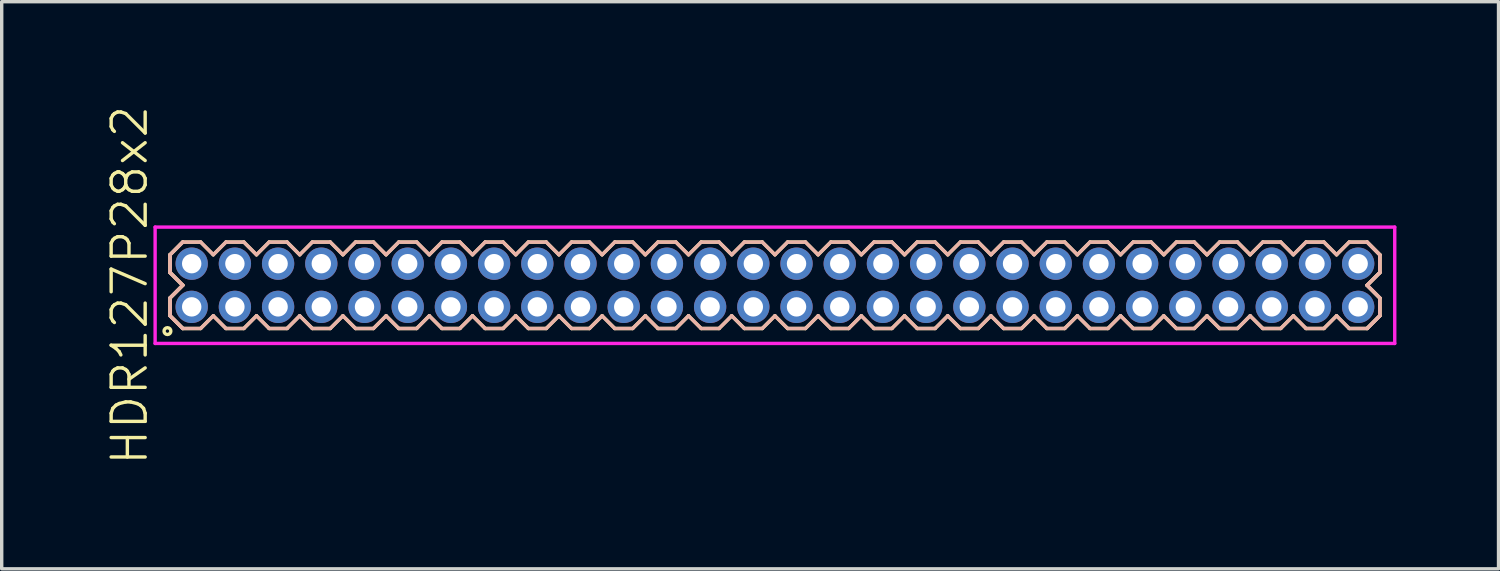
<source format=kicad_pcb>
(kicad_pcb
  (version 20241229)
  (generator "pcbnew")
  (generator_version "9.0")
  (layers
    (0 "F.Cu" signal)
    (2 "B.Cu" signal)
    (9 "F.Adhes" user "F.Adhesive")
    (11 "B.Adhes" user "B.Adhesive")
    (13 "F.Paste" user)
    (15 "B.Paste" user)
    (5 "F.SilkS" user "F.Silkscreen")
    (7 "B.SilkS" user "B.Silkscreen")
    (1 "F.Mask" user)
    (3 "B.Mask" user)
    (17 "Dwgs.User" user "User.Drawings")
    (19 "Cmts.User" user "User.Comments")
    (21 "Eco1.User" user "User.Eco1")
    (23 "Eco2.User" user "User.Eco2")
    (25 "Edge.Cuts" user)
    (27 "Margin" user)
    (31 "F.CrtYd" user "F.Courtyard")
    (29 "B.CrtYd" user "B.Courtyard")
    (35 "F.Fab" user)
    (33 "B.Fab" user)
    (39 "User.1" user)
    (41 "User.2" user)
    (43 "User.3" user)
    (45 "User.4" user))
  (footprint "HDR127P28x2"
    (layer "F.Cu")
    (at 19.73 5.336)
    (property "Reference" "HDR127P28x2" (at -18.97 0 90) (layer "F.SilkS") (effects (font (size 1 1) (thickness 0.1))))
    (attr through_hole)
    (fp_line (start -17.78 -0.898) (end -17.408 -1.27) (stroke (width 0.1) (type solid)) (layer "F.SilkS"))
    (fp_line (start -17.78 -0.898) (end -17.408 -1.27) (stroke (width 0.1) (type solid)) (layer "F.SilkS"))
    (fp_line (start -17.78 -0.372) (end -17.78 -0.898) (stroke (width 0.1) (type solid)) (layer "F.SilkS"))
    (fp_line (start -17.78 -0.372) (end -17.78 -0.898) (stroke (width 0.1) (type solid)) (layer "F.SilkS"))
    (fp_line (start -17.78 0.372) (end -17.408 0) (stroke (width 0.1) (type solid)) (layer "F.SilkS"))
    (fp_line (start -17.78 0.372) (end -17.408 0) (stroke (width 0.1) (type solid)) (layer "F.SilkS"))
    (fp_line (start -17.78 0.898) (end -17.78 0.372) (stroke (width 0.1) (type solid)) (layer "F.SilkS"))
    (fp_line (start -17.78 0.898) (end -17.78 0.372) (stroke (width 0.1) (type solid)) (layer "F.SilkS"))
    (fp_line (start -17.408 -1.27) (end -16.882 -1.27) (stroke (width 0.1) (type solid)) (layer "F.SilkS"))
    (fp_line (start -17.408 0) (end -17.78 -0.372) (stroke (width 0.1) (type solid)) (layer "F.SilkS"))
    (fp_line (start -17.408 0) (end -17.78 -0.372) (stroke (width 0.1) (type solid)) (layer "F.SilkS"))
    (fp_line (start -17.408 1.27) (end -17.78 0.898) (stroke (width 0.1) (type solid)) (layer "F.SilkS"))
    (fp_line (start -17.408 1.27) (end -17.78 0.898) (stroke (width 0.1) (type solid)) (layer "F.SilkS"))
    (fp_line (start -16.882 -1.27) (end -16.51 -0.898) (stroke (width 0.1) (type solid)) (layer "F.SilkS"))
    (fp_line (start -16.882 1.27) (end -17.408 1.27) (stroke (width 0.1) (type solid)) (layer "F.SilkS"))
    (fp_line (start -16.51 -0.898) (end -16.138 -1.27) (stroke (width 0.1) (type solid)) (layer "F.SilkS"))
    (fp_line (start -16.51 0.898) (end -16.882 1.27) (stroke (width 0.1) (type solid)) (layer "F.SilkS"))
    (fp_line (start -16.138 -1.27) (end -15.612 -1.27) (stroke (width 0.1) (type solid)) (layer "F.SilkS"))
    (fp_line (start -16.138 1.27) (end -16.51 0.898) (stroke (width 0.1) (type solid)) (layer "F.SilkS"))
    (fp_line (start -15.612 -1.27) (end -15.24 -0.898) (stroke (width 0.1) (type solid)) (layer "F.SilkS"))
    (fp_line (start -15.612 1.27) (end -16.138 1.27) (stroke (width 0.1) (type solid)) (layer "F.SilkS"))
    (fp_line (start -15.24 -0.898) (end -14.868 -1.27) (stroke (width 0.1) (type solid)) (layer "F.SilkS"))
    (fp_line (start -15.24 0.898) (end -15.612 1.27) (stroke (width 0.1) (type solid)) (layer "F.SilkS"))
    (fp_line (start -14.868 -1.27) (end -14.342 -1.27) (stroke (width 0.1) (type solid)) (layer "F.SilkS"))
    (fp_line (start -14.868 1.27) (end -15.24 0.898) (stroke (width 0.1) (type solid)) (layer "F.SilkS"))
    (fp_line (start -14.342 -1.27) (end -13.97 -0.898) (stroke (width 0.1) (type solid)) (layer "F.SilkS"))
    (fp_line (start -14.342 1.27) (end -14.868 1.27) (stroke (width 0.1) (type solid)) (layer "F.SilkS"))
    (fp_line (start -13.97 -0.898) (end -13.598 -1.27) (stroke (width 0.1) (type solid)) (layer "F.SilkS"))
    (fp_line (start -13.97 0.898) (end -14.342 1.27) (stroke (width 0.1) (type solid)) (layer "F.SilkS"))
    (fp_line (start -13.598 -1.27) (end -13.072 -1.27) (stroke (width 0.1) (type solid)) (layer "F.SilkS"))
    (fp_line (start -13.598 1.27) (end -13.97 0.898) (stroke (width 0.1) (type solid)) (layer "F.SilkS"))
    (fp_line (start -13.072 -1.27) (end -12.7 -0.898) (stroke (width 0.1) (type solid)) (layer "F.SilkS"))
    (fp_line (start -13.072 1.27) (end -13.598 1.27) (stroke (width 0.1) (type solid)) (layer "F.SilkS"))
    (fp_line (start -12.7 -0.898) (end -12.328 -1.27) (stroke (width 0.1) (type solid)) (layer "F.SilkS"))
    (fp_line (start -12.7 0.898) (end -13.072 1.27) (stroke (width 0.1) (type solid)) (layer "F.SilkS"))
    (fp_line (start -12.328 -1.27) (end -11.802 -1.27) (stroke (width 0.1) (type solid)) (layer "F.SilkS"))
    (fp_line (start -12.328 1.27) (end -12.7 0.898) (stroke (width 0.1) (type solid)) (layer "F.SilkS"))
    (fp_line (start -11.802 -1.27) (end -11.43 -0.898) (stroke (width 0.1) (type solid)) (layer "F.SilkS"))
    (fp_line (start -11.802 1.27) (end -12.328 1.27) (stroke (width 0.1) (type solid)) (layer "F.SilkS"))
    (fp_line (start -11.43 -0.898) (end -11.058 -1.27) (stroke (width 0.1) (type solid)) (layer "F.SilkS"))
    (fp_line (start -11.43 0.898) (end -11.802 1.27) (stroke (width 0.1) (type solid)) (layer "F.SilkS"))
    (fp_line (start -11.058 -1.27) (end -10.532 -1.27) (stroke (width 0.1) (type solid)) (layer "F.SilkS"))
    (fp_line (start -11.058 1.27) (end -11.43 0.898) (stroke (width 0.1) (type solid)) (layer "F.SilkS"))
    (fp_line (start -10.532 -1.27) (end -10.16 -0.898) (stroke (width 0.1) (type solid)) (layer "F.SilkS"))
    (fp_line (start -10.532 1.27) (end -11.058 1.27) (stroke (width 0.1) (type solid)) (layer "F.SilkS"))
    (fp_line (start -10.16 -0.898) (end -9.788 -1.27) (stroke (width 0.1) (type solid)) (layer "F.SilkS"))
    (fp_line (start -10.16 0.898) (end -10.532 1.27) (stroke (width 0.1) (type solid)) (layer "F.SilkS"))
    (fp_line (start -9.788 -1.27) (end -9.262 -1.27) (stroke (width 0.1) (type solid)) (layer "F.SilkS"))
    (fp_line (start -9.788 1.27) (end -10.16 0.898) (stroke (width 0.1) (type solid)) (layer "F.SilkS"))
    (fp_line (start -9.262 -1.27) (end -8.89 -0.898) (stroke (width 0.1) (type solid)) (layer "F.SilkS"))
    (fp_line (start -9.262 1.27) (end -9.788 1.27) (stroke (width 0.1) (type solid)) (layer "F.SilkS"))
    (fp_line (start -8.89 -0.898) (end -8.518 -1.27) (stroke (width 0.1) (type solid)) (layer "F.SilkS"))
    (fp_line (start -8.89 0.898) (end -9.262 1.27) (stroke (width 0.1) (type solid)) (layer "F.SilkS"))
    (fp_line (start -8.518 -1.27) (end -7.992 -1.27) (stroke (width 0.1) (type solid)) (layer "F.SilkS"))
    (fp_line (start -8.518 1.27) (end -8.89 0.898) (stroke (width 0.1) (type solid)) (layer "F.SilkS"))
    (fp_line (start -7.992 -1.27) (end -7.62 -0.898) (stroke (width 0.1) (type solid)) (layer "F.SilkS"))
    (fp_line (start -7.992 1.27) (end -8.518 1.27) (stroke (width 0.1) (type solid)) (layer "F.SilkS"))
    (fp_line (start -7.62 -0.898) (end -7.248 -1.27) (stroke (width 0.1) (type solid)) (layer "F.SilkS"))
    (fp_line (start -7.62 0.898) (end -7.992 1.27) (stroke (width 0.1) (type solid)) (layer "F.SilkS"))
    (fp_line (start -7.248 -1.27) (end -6.722 -1.27) (stroke (width 0.1) (type solid)) (layer "F.SilkS"))
    (fp_line (start -7.248 1.27) (end -7.62 0.898) (stroke (width 0.1) (type solid)) (layer "F.SilkS"))
    (fp_line (start -6.722 -1.27) (end -6.35 -0.898) (stroke (width 0.1) (type solid)) (layer "F.SilkS"))
    (fp_line (start -6.722 1.27) (end -7.248 1.27) (stroke (width 0.1) (type solid)) (layer "F.SilkS"))
    (fp_line (start -6.35 -0.898) (end -5.978 -1.27) (stroke (width 0.1) (type solid)) (layer "F.SilkS"))
    (fp_line (start -6.35 0.898) (end -6.722 1.27) (stroke (width 0.1) (type solid)) (layer "F.SilkS"))
    (fp_line (start -5.978 -1.27) (end -5.452 -1.27) (stroke (width 0.1) (type solid)) (layer "F.SilkS"))
    (fp_line (start -5.978 1.27) (end -6.35 0.898) (stroke (width 0.1) (type solid)) (layer "F.SilkS"))
    (fp_line (start -5.452 -1.27) (end -5.08 -0.898) (stroke (width 0.1) (type solid)) (layer "F.SilkS"))
    (fp_line (start -5.452 1.27) (end -5.978 1.27) (stroke (width 0.1) (type solid)) (layer "F.SilkS"))
    (fp_line (start -5.08 -0.898) (end -4.708 -1.27) (stroke (width 0.1) (type solid)) (layer "F.SilkS"))
    (fp_line (start -5.08 0.898) (end -5.452 1.27) (stroke (width 0.1) (type solid)) (layer "F.SilkS"))
    (fp_line (start -4.708 -1.27) (end -4.182 -1.27) (stroke (width 0.1) (type solid)) (layer "F.SilkS"))
    (fp_line (start -4.708 1.27) (end -5.08 0.898) (stroke (width 0.1) (type solid)) (layer "F.SilkS"))
    (fp_line (start -4.182 -1.27) (end -3.81 -0.898) (stroke (width 0.1) (type solid)) (layer "F.SilkS"))
    (fp_line (start -4.182 1.27) (end -4.708 1.27) (stroke (width 0.1) (type solid)) (layer "F.SilkS"))
    (fp_line (start -3.81 -0.898) (end -3.438 -1.27) (stroke (width 0.1) (type solid)) (layer "F.SilkS"))
    (fp_line (start -3.81 0.898) (end -4.182 1.27) (stroke (width 0.1) (type solid)) (layer "F.SilkS"))
    (fp_line (start -3.438 -1.27) (end -2.912 -1.27) (stroke (width 0.1) (type solid)) (layer "F.SilkS"))
    (fp_line (start -3.438 1.27) (end -3.81 0.898) (stroke (width 0.1) (type solid)) (layer "F.SilkS"))
    (fp_line (start -2.912 -1.27) (end -2.54 -0.898) (stroke (width 0.1) (type solid)) (layer "F.SilkS"))
    (fp_line (start -2.912 1.27) (end -3.438 1.27) (stroke (width 0.1) (type solid)) (layer "F.SilkS"))
    (fp_line (start -2.54 -0.898) (end -2.168 -1.27) (stroke (width 0.1) (type solid)) (layer "F.SilkS"))
    (fp_line (start -2.54 0.898) (end -2.912 1.27) (stroke (width 0.1) (type solid)) (layer "F.SilkS"))
    (fp_line (start -2.168 -1.27) (end -1.642 -1.27) (stroke (width 0.1) (type solid)) (layer "F.SilkS"))
    (fp_line (start -2.168 1.27) (end -2.54 0.898) (stroke (width 0.1) (type solid)) (layer "F.SilkS"))
    (fp_line (start -1.642 -1.27) (end -1.27 -0.898) (stroke (width 0.1) (type solid)) (layer "F.SilkS"))
    (fp_line (start -1.642 1.27) (end -2.168 1.27) (stroke (width 0.1) (type solid)) (layer "F.SilkS"))
    (fp_line (start -1.27 -0.898) (end -0.898 -1.27) (stroke (width 0.1) (type solid)) (layer "F.SilkS"))
    (fp_line (start -1.27 0.898) (end -1.642 1.27) (stroke (width 0.1) (type solid)) (layer "F.SilkS"))
    (fp_line (start -0.898 -1.27) (end -0.372 -1.27) (stroke (width 0.1) (type solid)) (layer "F.SilkS"))
    (fp_line (start -0.898 1.27) (end -1.27 0.898) (stroke (width 0.1) (type solid)) (layer "F.SilkS"))
    (fp_line (start -0.372 -1.27) (end 0 -0.898) (stroke (width 0.1) (type solid)) (layer "F.SilkS"))
    (fp_line (start -0.372 1.27) (end -0.898 1.27) (stroke (width 0.1) (type solid)) (layer "F.SilkS"))
    (fp_line (start 0 -0.898) (end 0.372 -1.27) (stroke (width 0.1) (type solid)) (layer "F.SilkS"))
    (fp_line (start 0 0.898) (end -0.372 1.27) (stroke (width 0.1) (type solid)) (layer "F.SilkS"))
    (fp_line (start 0.372 -1.27) (end 0.898 -1.27) (stroke (width 0.1) (type solid)) (layer "F.SilkS"))
    (fp_line (start 0.372 1.27) (end 0 0.898) (stroke (width 0.1) (type solid)) (layer "F.SilkS"))
    (fp_line (start 0.898 -1.27) (end 1.27 -0.898) (stroke (width 0.1) (type solid)) (layer "F.SilkS"))
    (fp_line (start 0.898 1.27) (end 0.372 1.27) (stroke (width 0.1) (type solid)) (layer "F.SilkS"))
    (fp_line (start 1.27 -0.898) (end 1.642 -1.27) (stroke (width 0.1) (type solid)) (layer "F.SilkS"))
    (fp_line (start 1.27 0.898) (end 0.898 1.27) (stroke (width 0.1) (type solid)) (layer "F.SilkS"))
    (fp_line (start 1.642 -1.27) (end 2.168 -1.27) (stroke (width 0.1) (type solid)) (layer "F.SilkS"))
    (fp_line (start 1.642 1.27) (end 1.27 0.898) (stroke (width 0.1) (type solid)) (layer "F.SilkS"))
    (fp_line (start 2.168 -1.27) (end 2.54 -0.898) (stroke (width 0.1) (type solid)) (layer "F.SilkS"))
    (fp_line (start 2.168 1.27) (end 1.642 1.27) (stroke (width 0.1) (type solid)) (layer "F.SilkS"))
    (fp_line (start 2.54 -0.898) (end 2.912 -1.27) (stroke (width 0.1) (type solid)) (layer "F.SilkS"))
    (fp_line (start 2.54 0.898) (end 2.168 1.27) (stroke (width 0.1) (type solid)) (layer "F.SilkS"))
    (fp_line (start 2.912 -1.27) (end 3.438 -1.27) (stroke (width 0.1) (type solid)) (layer "F.SilkS"))
    (fp_line (start 2.912 1.27) (end 2.54 0.898) (stroke (width 0.1) (type solid)) (layer "F.SilkS"))
    (fp_line (start 3.438 -1.27) (end 3.81 -0.898) (stroke (width 0.1) (type solid)) (layer "F.SilkS"))
    (fp_line (start 3.438 1.27) (end 2.912 1.27) (stroke (width 0.1) (type solid)) (layer "F.SilkS"))
    (fp_line (start 3.81 -0.898) (end 4.182 -1.27) (stroke (width 0.1) (type solid)) (layer "F.SilkS"))
    (fp_line (start 3.81 0.898) (end 3.438 1.27) (stroke (width 0.1) (type solid)) (layer "F.SilkS"))
    (fp_line (start 4.182 -1.27) (end 4.708 -1.27) (stroke (width 0.1) (type solid)) (layer "F.SilkS"))
    (fp_line (start 4.182 1.27) (end 3.81 0.898) (stroke (width 0.1) (type solid)) (layer "F.SilkS"))
    (fp_line (start 4.708 -1.27) (end 5.08 -0.898) (stroke (width 0.1) (type solid)) (layer "F.SilkS"))
    (fp_line (start 4.708 1.27) (end 4.182 1.27) (stroke (width 0.1) (type solid)) (layer "F.SilkS"))
    (fp_line (start 5.08 -0.898) (end 5.452 -1.27) (stroke (width 0.1) (type solid)) (layer "F.SilkS"))
    (fp_line (start 5.08 0.898) (end 4.708 1.27) (stroke (width 0.1) (type solid)) (layer "F.SilkS"))
    (fp_line (start 5.452 -1.27) (end 5.978 -1.27) (stroke (width 0.1) (type solid)) (layer "F.SilkS"))
    (fp_line (start 5.452 1.27) (end 5.08 0.898) (stroke (width 0.1) (type solid)) (layer "F.SilkS"))
    (fp_line (start 5.978 -1.27) (end 6.35 -0.898) (stroke (width 0.1) (type solid)) (layer "F.SilkS"))
    (fp_line (start 5.978 1.27) (end 5.452 1.27) (stroke (width 0.1) (type solid)) (layer "F.SilkS"))
    (fp_line (start 6.35 -0.898) (end 6.722 -1.27) (stroke (width 0.1) (type solid)) (layer "F.SilkS"))
    (fp_line (start 6.35 0.898) (end 5.978 1.27) (stroke (width 0.1) (type solid)) (layer "F.SilkS"))
    (fp_line (start 6.722 -1.27) (end 7.248 -1.27) (stroke (width 0.1) (type solid)) (layer "F.SilkS"))
    (fp_line (start 6.722 1.27) (end 6.35 0.898) (stroke (width 0.1) (type solid)) (layer "F.SilkS"))
    (fp_line (start 7.248 -1.27) (end 7.62 -0.898) (stroke (width 0.1) (type solid)) (layer "F.SilkS"))
    (fp_line (start 7.248 1.27) (end 6.722 1.27) (stroke (width 0.1) (type solid)) (layer "F.SilkS"))
    (fp_line (start 7.62 -0.898) (end 7.992 -1.27) (stroke (width 0.1) (type solid)) (layer "F.SilkS"))
    (fp_line (start 7.62 0.898) (end 7.248 1.27) (stroke (width 0.1) (type solid)) (layer "F.SilkS"))
    (fp_line (start 7.992 -1.27) (end 8.518 -1.27) (stroke (width 0.1) (type solid)) (layer "F.SilkS"))
    (fp_line (start 7.992 1.27) (end 7.62 0.898) (stroke (width 0.1) (type solid)) (layer "F.SilkS"))
    (fp_line (start 8.518 -1.27) (end 8.89 -0.898) (stroke (width 0.1) (type solid)) (layer "F.SilkS"))
    (fp_line (start 8.518 1.27) (end 7.992 1.27) (stroke (width 0.1) (type solid)) (layer "F.SilkS"))
    (fp_line (start 8.89 -0.898) (end 9.262 -1.27) (stroke (width 0.1) (type solid)) (layer "F.SilkS"))
    (fp_line (start 8.89 0.898) (end 8.518 1.27) (stroke (width 0.1) (type solid)) (layer "F.SilkS"))
    (fp_line (start 9.262 -1.27) (end 9.788 -1.27) (stroke (width 0.1) (type solid)) (layer "F.SilkS"))
    (fp_line (start 9.262 1.27) (end 8.89 0.898) (stroke (width 0.1) (type solid)) (layer "F.SilkS"))
    (fp_line (start 9.788 -1.27) (end 10.16 -0.898) (stroke (width 0.1) (type solid)) (layer "F.SilkS"))
    (fp_line (start 9.788 1.27) (end 9.262 1.27) (stroke (width 0.1) (type solid)) (layer "F.SilkS"))
    (fp_line (start 10.16 -0.898) (end 10.532 -1.27) (stroke (width 0.1) (type solid)) (layer "F.SilkS"))
    (fp_line (start 10.16 0.898) (end 9.788 1.27) (stroke (width 0.1) (type solid)) (layer "F.SilkS"))
    (fp_line (start 10.532 -1.27) (end 11.058 -1.27) (stroke (width 0.1) (type solid)) (layer "F.SilkS"))
    (fp_line (start 10.532 1.27) (end 10.16 0.898) (stroke (width 0.1) (type solid)) (layer "F.SilkS"))
    (fp_line (start 11.058 -1.27) (end 11.43 -0.898) (stroke (width 0.1) (type solid)) (layer "F.SilkS"))
    (fp_line (start 11.058 1.27) (end 10.532 1.27) (stroke (width 0.1) (type solid)) (layer "F.SilkS"))
    (fp_line (start 11.43 -0.898) (end 11.802 -1.27) (stroke (width 0.1) (type solid)) (layer "F.SilkS"))
    (fp_line (start 11.43 0.898) (end 11.058 1.27) (stroke (width 0.1) (type solid)) (layer "F.SilkS"))
    (fp_line (start 11.802 -1.27) (end 12.328 -1.27) (stroke (width 0.1) (type solid)) (layer "F.SilkS"))
    (fp_line (start 11.802 1.27) (end 11.43 0.898) (stroke (width 0.1) (type solid)) (layer "F.SilkS"))
    (fp_line (start 12.328 -1.27) (end 12.7 -0.898) (stroke (width 0.1) (type solid)) (layer "F.SilkS"))
    (fp_line (start 12.328 1.27) (end 11.802 1.27) (stroke (width 0.1) (type solid)) (layer "F.SilkS"))
    (fp_line (start 12.7 -0.898) (end 13.072 -1.27) (stroke (width 0.1) (type solid)) (layer "F.SilkS"))
    (fp_line (start 12.7 0.898) (end 12.328 1.27) (stroke (width 0.1) (type solid)) (layer "F.SilkS"))
    (fp_line (start 13.072 -1.27) (end 13.598 -1.27) (stroke (width 0.1) (type solid)) (layer "F.SilkS"))
    (fp_line (start 13.072 1.27) (end 12.7 0.898) (stroke (width 0.1) (type solid)) (layer "F.SilkS"))
    (fp_line (start 13.598 -1.27) (end 13.97 -0.898) (stroke (width 0.1) (type solid)) (layer "F.SilkS"))
    (fp_line (start 13.598 1.27) (end 13.072 1.27) (stroke (width 0.1) (type solid)) (layer "F.SilkS"))
    (fp_line (start 13.97 -0.898) (end 14.342 -1.27) (stroke (width 0.1) (type solid)) (layer "F.SilkS"))
    (fp_line (start 13.97 0.898) (end 13.598 1.27) (stroke (width 0.1) (type solid)) (layer "F.SilkS"))
    (fp_line (start 14.342 -1.27) (end 14.868 -1.27) (stroke (width 0.1) (type solid)) (layer "F.SilkS"))
    (fp_line (start 14.342 1.27) (end 13.97 0.898) (stroke (width 0.1) (type solid)) (layer "F.SilkS"))
    (fp_line (start 14.868 -1.27) (end 15.24 -0.898) (stroke (width 0.1) (type solid)) (layer "F.SilkS"))
    (fp_line (start 14.868 1.27) (end 14.342 1.27) (stroke (width 0.1) (type solid)) (layer "F.SilkS"))
    (fp_line (start 15.24 -0.898) (end 15.612 -1.27) (stroke (width 0.1) (type solid)) (layer "F.SilkS"))
    (fp_line (start 15.24 0.898) (end 14.868 1.27) (stroke (width 0.1) (type solid)) (layer "F.SilkS"))
    (fp_line (start 15.612 -1.27) (end 16.138 -1.27) (stroke (width 0.1) (type solid)) (layer "F.SilkS"))
    (fp_line (start 15.612 1.27) (end 15.24 0.898) (stroke (width 0.1) (type solid)) (layer "F.SilkS"))
    (fp_line (start 16.138 -1.27) (end 16.51 -0.898) (stroke (width 0.1) (type solid)) (layer "F.SilkS"))
    (fp_line (start 16.138 1.27) (end 15.612 1.27) (stroke (width 0.1) (type solid)) (layer "F.SilkS"))
    (fp_line (start 16.51 -0.898) (end 16.882 -1.27) (stroke (width 0.1) (type solid)) (layer "F.SilkS"))
    (fp_line (start 16.51 0.898) (end 16.138 1.27) (stroke (width 0.1) (type solid)) (layer "F.SilkS"))
    (fp_line (start 16.882 -1.27) (end 17.408 -1.27) (stroke (width 0.1) (type solid)) (layer "F.SilkS"))
    (fp_line (start 16.882 1.27) (end 16.51 0.898) (stroke (width 0.1) (type solid)) (layer "F.SilkS"))
    (fp_line (start 17.408 -1.27) (end 17.78 -0.898) (stroke (width 0.1) (type solid)) (layer "F.SilkS"))
    (fp_line (start 17.408 -1.27) (end 17.78 -0.898) (stroke (width 0.1) (type solid)) (layer "F.SilkS"))
    (fp_line (start 17.408 0) (end 17.78 0.372) (stroke (width 0.1) (type solid)) (layer "F.SilkS"))
    (fp_line (start 17.408 0) (end 17.78 0.372) (stroke (width 0.1) (type solid)) (layer "F.SilkS"))
    (fp_line (start 17.408 1.27) (end 16.882 1.27) (stroke (width 0.1) (type solid)) (layer "F.SilkS"))
    (fp_line (start 17.78 -0.898) (end 17.78 -0.372) (stroke (width 0.1) (type solid)) (layer "F.SilkS"))
    (fp_line (start 17.78 -0.898) (end 17.78 -0.372) (stroke (width 0.1) (type solid)) (layer "F.SilkS"))
    (fp_line (start 17.78 -0.372) (end 17.408 0) (stroke (width 0.1) (type solid)) (layer "F.SilkS"))
    (fp_line (start 17.78 -0.372) (end 17.408 0) (stroke (width 0.1) (type solid)) (layer "F.SilkS"))
    (fp_line (start 17.78 0.372) (end 17.78 0.898) (stroke (width 0.1) (type solid)) (layer "F.SilkS"))
    (fp_line (start 17.78 0.372) (end 17.78 0.898) (stroke (width 0.1) (type solid)) (layer "F.SilkS"))
    (fp_line (start 17.78 0.898) (end 17.408 1.27) (stroke (width 0.1) (type solid)) (layer "F.SilkS"))
    (fp_line (start 17.78 0.898) (end 17.408 1.27) (stroke (width 0.1) (type solid)) (layer "F.SilkS"))
    (fp_circle (center -17.858 1.347) (end -17.758 1.347) (stroke (width 0.1) (type solid)) (fill no) (layer "F.SilkS"))
    (fp_line (start -17.78 -0.898) (end -17.408 -1.27) (stroke (width 0.1) (type solid)) (layer "B.SilkS"))
    (fp_line (start -17.78 -0.898) (end -17.408 -1.27) (stroke (width 0.1) (type solid)) (layer "B.SilkS"))
    (fp_line (start -17.78 -0.372) (end -17.78 -0.898) (stroke (width 0.1) (type solid)) (layer "B.SilkS"))
    (fp_line (start -17.78 -0.372) (end -17.78 -0.898) (stroke (width 0.1) (type solid)) (layer "B.SilkS"))
    (fp_line (start -17.78 0.372) (end -17.408 0) (stroke (width 0.1) (type solid)) (layer "B.SilkS"))
    (fp_line (start -17.78 0.372) (end -17.408 0) (stroke (width 0.1) (type solid)) (layer "B.SilkS"))
    (fp_line (start -17.78 0.898) (end -17.78 0.372) (stroke (width 0.1) (type solid)) (layer "B.SilkS"))
    (fp_line (start -17.78 0.898) (end -17.78 0.372) (stroke (width 0.1) (type solid)) (layer "B.SilkS"))
    (fp_line (start -17.408 -1.27) (end -16.882 -1.27) (stroke (width 0.1) (type solid)) (layer "B.SilkS"))
    (fp_line (start -17.408 0) (end -17.78 -0.372) (stroke (width 0.1) (type solid)) (layer "B.SilkS"))
    (fp_line (start -17.408 0) (end -17.78 -0.372) (stroke (width 0.1) (type solid)) (layer "B.SilkS"))
    (fp_line (start -17.408 1.27) (end -17.78 0.898) (stroke (width 0.1) (type solid)) (layer "B.SilkS"))
    (fp_line (start -17.408 1.27) (end -17.78 0.898) (stroke (width 0.1) (type solid)) (layer "B.SilkS"))
    (fp_line (start -16.882 -1.27) (end -16.51 -0.898) (stroke (width 0.1) (type solid)) (layer "B.SilkS"))
    (fp_line (start -16.882 1.27) (end -17.408 1.27) (stroke (width 0.1) (type solid)) (layer "B.SilkS"))
    (fp_line (start -16.51 -0.898) (end -16.138 -1.27) (stroke (width 0.1) (type solid)) (layer "B.SilkS"))
    (fp_line (start -16.51 0.898) (end -16.882 1.27) (stroke (width 0.1) (type solid)) (layer "B.SilkS"))
    (fp_line (start -16.138 -1.27) (end -15.612 -1.27) (stroke (width 0.1) (type solid)) (layer "B.SilkS"))
    (fp_line (start -16.138 1.27) (end -16.51 0.898) (stroke (width 0.1) (type solid)) (layer "B.SilkS"))
    (fp_line (start -15.612 -1.27) (end -15.24 -0.898) (stroke (width 0.1) (type solid)) (layer "B.SilkS"))
    (fp_line (start -15.612 1.27) (end -16.138 1.27) (stroke (width 0.1) (type solid)) (layer "B.SilkS"))
    (fp_line (start -15.24 -0.898) (end -14.868 -1.27) (stroke (width 0.1) (type solid)) (layer "B.SilkS"))
    (fp_line (start -15.24 0.898) (end -15.612 1.27) (stroke (width 0.1) (type solid)) (layer "B.SilkS"))
    (fp_line (start -14.868 -1.27) (end -14.342 -1.27) (stroke (width 0.1) (type solid)) (layer "B.SilkS"))
    (fp_line (start -14.868 1.27) (end -15.24 0.898) (stroke (width 0.1) (type solid)) (layer "B.SilkS"))
    (fp_line (start -14.342 -1.27) (end -13.97 -0.898) (stroke (width 0.1) (type solid)) (layer "B.SilkS"))
    (fp_line (start -14.342 1.27) (end -14.868 1.27) (stroke (width 0.1) (type solid)) (layer "B.SilkS"))
    (fp_line (start -13.97 -0.898) (end -13.598 -1.27) (stroke (width 0.1) (type solid)) (layer "B.SilkS"))
    (fp_line (start -13.97 0.898) (end -14.342 1.27) (stroke (width 0.1) (type solid)) (layer "B.SilkS"))
    (fp_line (start -13.598 -1.27) (end -13.072 -1.27) (stroke (width 0.1) (type solid)) (layer "B.SilkS"))
    (fp_line (start -13.598 1.27) (end -13.97 0.898) (stroke (width 0.1) (type solid)) (layer "B.SilkS"))
    (fp_line (start -13.072 -1.27) (end -12.7 -0.898) (stroke (width 0.1) (type solid)) (layer "B.SilkS"))
    (fp_line (start -13.072 1.27) (end -13.598 1.27) (stroke (width 0.1) (type solid)) (layer "B.SilkS"))
    (fp_line (start -12.7 -0.898) (end -12.328 -1.27) (stroke (width 0.1) (type solid)) (layer "B.SilkS"))
    (fp_line (start -12.7 0.898) (end -13.072 1.27) (stroke (width 0.1) (type solid)) (layer "B.SilkS"))
    (fp_line (start -12.328 -1.27) (end -11.802 -1.27) (stroke (width 0.1) (type solid)) (layer "B.SilkS"))
    (fp_line (start -12.328 1.27) (end -12.7 0.898) (stroke (width 0.1) (type solid)) (layer "B.SilkS"))
    (fp_line (start -11.802 -1.27) (end -11.43 -0.898) (stroke (width 0.1) (type solid)) (layer "B.SilkS"))
    (fp_line (start -11.802 1.27) (end -12.328 1.27) (stroke (width 0.1) (type solid)) (layer "B.SilkS"))
    (fp_line (start -11.43 -0.898) (end -11.058 -1.27) (stroke (width 0.1) (type solid)) (layer "B.SilkS"))
    (fp_line (start -11.43 0.898) (end -11.802 1.27) (stroke (width 0.1) (type solid)) (layer "B.SilkS"))
    (fp_line (start -11.058 -1.27) (end -10.532 -1.27) (stroke (width 0.1) (type solid)) (layer "B.SilkS"))
    (fp_line (start -11.058 1.27) (end -11.43 0.898) (stroke (width 0.1) (type solid)) (layer "B.SilkS"))
    (fp_line (start -10.532 -1.27) (end -10.16 -0.898) (stroke (width 0.1) (type solid)) (layer "B.SilkS"))
    (fp_line (start -10.532 1.27) (end -11.058 1.27) (stroke (width 0.1) (type solid)) (layer "B.SilkS"))
    (fp_line (start -10.16 -0.898) (end -9.788 -1.27) (stroke (width 0.1) (type solid)) (layer "B.SilkS"))
    (fp_line (start -10.16 0.898) (end -10.532 1.27) (stroke (width 0.1) (type solid)) (layer "B.SilkS"))
    (fp_line (start -9.788 -1.27) (end -9.262 -1.27) (stroke (width 0.1) (type solid)) (layer "B.SilkS"))
    (fp_line (start -9.788 1.27) (end -10.16 0.898) (stroke (width 0.1) (type solid)) (layer "B.SilkS"))
    (fp_line (start -9.262 -1.27) (end -8.89 -0.898) (stroke (width 0.1) (type solid)) (layer "B.SilkS"))
    (fp_line (start -9.262 1.27) (end -9.788 1.27) (stroke (width 0.1) (type solid)) (layer "B.SilkS"))
    (fp_line (start -8.89 -0.898) (end -8.518 -1.27) (stroke (width 0.1) (type solid)) (layer "B.SilkS"))
    (fp_line (start -8.89 0.898) (end -9.262 1.27) (stroke (width 0.1) (type solid)) (layer "B.SilkS"))
    (fp_line (start -8.518 -1.27) (end -7.992 -1.27) (stroke (width 0.1) (type solid)) (layer "B.SilkS"))
    (fp_line (start -8.518 1.27) (end -8.89 0.898) (stroke (width 0.1) (type solid)) (layer "B.SilkS"))
    (fp_line (start -7.992 -1.27) (end -7.62 -0.898) (stroke (width 0.1) (type solid)) (layer "B.SilkS"))
    (fp_line (start -7.992 1.27) (end -8.518 1.27) (stroke (width 0.1) (type solid)) (layer "B.SilkS"))
    (fp_line (start -7.62 -0.898) (end -7.248 -1.27) (stroke (width 0.1) (type solid)) (layer "B.SilkS"))
    (fp_line (start -7.62 0.898) (end -7.992 1.27) (stroke (width 0.1) (type solid)) (layer "B.SilkS"))
    (fp_line (start -7.248 -1.27) (end -6.722 -1.27) (stroke (width 0.1) (type solid)) (layer "B.SilkS"))
    (fp_line (start -7.248 1.27) (end -7.62 0.898) (stroke (width 0.1) (type solid)) (layer "B.SilkS"))
    (fp_line (start -6.722 -1.27) (end -6.35 -0.898) (stroke (width 0.1) (type solid)) (layer "B.SilkS"))
    (fp_line (start -6.722 1.27) (end -7.248 1.27) (stroke (width 0.1) (type solid)) (layer "B.SilkS"))
    (fp_line (start -6.35 -0.898) (end -5.978 -1.27) (stroke (width 0.1) (type solid)) (layer "B.SilkS"))
    (fp_line (start -6.35 0.898) (end -6.722 1.27) (stroke (width 0.1) (type solid)) (layer "B.SilkS"))
    (fp_line (start -5.978 -1.27) (end -5.452 -1.27) (stroke (width 0.1) (type solid)) (layer "B.SilkS"))
    (fp_line (start -5.978 1.27) (end -6.35 0.898) (stroke (width 0.1) (type solid)) (layer "B.SilkS"))
    (fp_line (start -5.452 -1.27) (end -5.08 -0.898) (stroke (width 0.1) (type solid)) (layer "B.SilkS"))
    (fp_line (start -5.452 1.27) (end -5.978 1.27) (stroke (width 0.1) (type solid)) (layer "B.SilkS"))
    (fp_line (start -5.08 -0.898) (end -4.708 -1.27) (stroke (width 0.1) (type solid)) (layer "B.SilkS"))
    (fp_line (start -5.08 0.898) (end -5.452 1.27) (stroke (width 0.1) (type solid)) (layer "B.SilkS"))
    (fp_line (start -4.708 -1.27) (end -4.182 -1.27) (stroke (width 0.1) (type solid)) (layer "B.SilkS"))
    (fp_line (start -4.708 1.27) (end -5.08 0.898) (stroke (width 0.1) (type solid)) (layer "B.SilkS"))
    (fp_line (start -4.182 -1.27) (end -3.81 -0.898) (stroke (width 0.1) (type solid)) (layer "B.SilkS"))
    (fp_line (start -4.182 1.27) (end -4.708 1.27) (stroke (width 0.1) (type solid)) (layer "B.SilkS"))
    (fp_line (start -3.81 -0.898) (end -3.438 -1.27) (stroke (width 0.1) (type solid)) (layer "B.SilkS"))
    (fp_line (start -3.81 0.898) (end -4.182 1.27) (stroke (width 0.1) (type solid)) (layer "B.SilkS"))
    (fp_line (start -3.438 -1.27) (end -2.912 -1.27) (stroke (width 0.1) (type solid)) (layer "B.SilkS"))
    (fp_line (start -3.438 1.27) (end -3.81 0.898) (stroke (width 0.1) (type solid)) (layer "B.SilkS"))
    (fp_line (start -2.912 -1.27) (end -2.54 -0.898) (stroke (width 0.1) (type solid)) (layer "B.SilkS"))
    (fp_line (start -2.912 1.27) (end -3.438 1.27) (stroke (width 0.1) (type solid)) (layer "B.SilkS"))
    (fp_line (start -2.54 -0.898) (end -2.168 -1.27) (stroke (width 0.1) (type solid)) (layer "B.SilkS"))
    (fp_line (start -2.54 0.898) (end -2.912 1.27) (stroke (width 0.1) (type solid)) (layer "B.SilkS"))
    (fp_line (start -2.168 -1.27) (end -1.642 -1.27) (stroke (width 0.1) (type solid)) (layer "B.SilkS"))
    (fp_line (start -2.168 1.27) (end -2.54 0.898) (stroke (width 0.1) (type solid)) (layer "B.SilkS"))
    (fp_line (start -1.642 -1.27) (end -1.27 -0.898) (stroke (width 0.1) (type solid)) (layer "B.SilkS"))
    (fp_line (start -1.642 1.27) (end -2.168 1.27) (stroke (width 0.1) (type solid)) (layer "B.SilkS"))
    (fp_line (start -1.27 -0.898) (end -0.898 -1.27) (stroke (width 0.1) (type solid)) (layer "B.SilkS"))
    (fp_line (start -1.27 0.898) (end -1.642 1.27) (stroke (width 0.1) (type solid)) (layer "B.SilkS"))
    (fp_line (start -0.898 -1.27) (end -0.372 -1.27) (stroke (width 0.1) (type solid)) (layer "B.SilkS"))
    (fp_line (start -0.898 1.27) (end -1.27 0.898) (stroke (width 0.1) (type solid)) (layer "B.SilkS"))
    (fp_line (start -0.372 -1.27) (end 0 -0.898) (stroke (width 0.1) (type solid)) (layer "B.SilkS"))
    (fp_line (start -0.372 1.27) (end -0.898 1.27) (stroke (width 0.1) (type solid)) (layer "B.SilkS"))
    (fp_line (start 0 -0.898) (end 0.372 -1.27) (stroke (width 0.1) (type solid)) (layer "B.SilkS"))
    (fp_line (start 0 0.898) (end -0.372 1.27) (stroke (width 0.1) (type solid)) (layer "B.SilkS"))
    (fp_line (start 0.372 -1.27) (end 0.898 -1.27) (stroke (width 0.1) (type solid)) (layer "B.SilkS"))
    (fp_line (start 0.372 1.27) (end 0 0.898) (stroke (width 0.1) (type solid)) (layer "B.SilkS"))
    (fp_line (start 0.898 -1.27) (end 1.27 -0.898) (stroke (width 0.1) (type solid)) (layer "B.SilkS"))
    (fp_line (start 0.898 1.27) (end 0.372 1.27) (stroke (width 0.1) (type solid)) (layer "B.SilkS"))
    (fp_line (start 1.27 -0.898) (end 1.642 -1.27) (stroke (width 0.1) (type solid)) (layer "B.SilkS"))
    (fp_line (start 1.27 0.898) (end 0.898 1.27) (stroke (width 0.1) (type solid)) (layer "B.SilkS"))
    (fp_line (start 1.642 -1.27) (end 2.168 -1.27) (stroke (width 0.1) (type solid)) (layer "B.SilkS"))
    (fp_line (start 1.642 1.27) (end 1.27 0.898) (stroke (width 0.1) (type solid)) (layer "B.SilkS"))
    (fp_line (start 2.168 -1.27) (end 2.54 -0.898) (stroke (width 0.1) (type solid)) (layer "B.SilkS"))
    (fp_line (start 2.168 1.27) (end 1.642 1.27) (stroke (width 0.1) (type solid)) (layer "B.SilkS"))
    (fp_line (start 2.54 -0.898) (end 2.912 -1.27) (stroke (width 0.1) (type solid)) (layer "B.SilkS"))
    (fp_line (start 2.54 0.898) (end 2.168 1.27) (stroke (width 0.1) (type solid)) (layer "B.SilkS"))
    (fp_line (start 2.912 -1.27) (end 3.438 -1.27) (stroke (width 0.1) (type solid)) (layer "B.SilkS"))
    (fp_line (start 2.912 1.27) (end 2.54 0.898) (stroke (width 0.1) (type solid)) (layer "B.SilkS"))
    (fp_line (start 3.438 -1.27) (end 3.81 -0.898) (stroke (width 0.1) (type solid)) (layer "B.SilkS"))
    (fp_line (start 3.438 1.27) (end 2.912 1.27) (stroke (width 0.1) (type solid)) (layer "B.SilkS"))
    (fp_line (start 3.81 -0.898) (end 4.182 -1.27) (stroke (width 0.1) (type solid)) (layer "B.SilkS"))
    (fp_line (start 3.81 0.898) (end 3.438 1.27) (stroke (width 0.1) (type solid)) (layer "B.SilkS"))
    (fp_line (start 4.182 -1.27) (end 4.708 -1.27) (stroke (width 0.1) (type solid)) (layer "B.SilkS"))
    (fp_line (start 4.182 1.27) (end 3.81 0.898) (stroke (width 0.1) (type solid)) (layer "B.SilkS"))
    (fp_line (start 4.708 -1.27) (end 5.08 -0.898) (stroke (width 0.1) (type solid)) (layer "B.SilkS"))
    (fp_line (start 4.708 1.27) (end 4.182 1.27) (stroke (width 0.1) (type solid)) (layer "B.SilkS"))
    (fp_line (start 5.08 -0.898) (end 5.452 -1.27) (stroke (width 0.1) (type solid)) (layer "B.SilkS"))
    (fp_line (start 5.08 0.898) (end 4.708 1.27) (stroke (width 0.1) (type solid)) (layer "B.SilkS"))
    (fp_line (start 5.452 -1.27) (end 5.978 -1.27) (stroke (width 0.1) (type solid)) (layer "B.SilkS"))
    (fp_line (start 5.452 1.27) (end 5.08 0.898) (stroke (width 0.1) (type solid)) (layer "B.SilkS"))
    (fp_line (start 5.978 -1.27) (end 6.35 -0.898) (stroke (width 0.1) (type solid)) (layer "B.SilkS"))
    (fp_line (start 5.978 1.27) (end 5.452 1.27) (stroke (width 0.1) (type solid)) (layer "B.SilkS"))
    (fp_line (start 6.35 -0.898) (end 6.722 -1.27) (stroke (width 0.1) (type solid)) (layer "B.SilkS"))
    (fp_line (start 6.35 0.898) (end 5.978 1.27) (stroke (width 0.1) (type solid)) (layer "B.SilkS"))
    (fp_line (start 6.722 -1.27) (end 7.248 -1.27) (stroke (width 0.1) (type solid)) (layer "B.SilkS"))
    (fp_line (start 6.722 1.27) (end 6.35 0.898) (stroke (width 0.1) (type solid)) (layer "B.SilkS"))
    (fp_line (start 7.248 -1.27) (end 7.62 -0.898) (stroke (width 0.1) (type solid)) (layer "B.SilkS"))
    (fp_line (start 7.248 1.27) (end 6.722 1.27) (stroke (width 0.1) (type solid)) (layer "B.SilkS"))
    (fp_line (start 7.62 -0.898) (end 7.992 -1.27) (stroke (width 0.1) (type solid)) (layer "B.SilkS"))
    (fp_line (start 7.62 0.898) (end 7.248 1.27) (stroke (width 0.1) (type solid)) (layer "B.SilkS"))
    (fp_line (start 7.992 -1.27) (end 8.518 -1.27) (stroke (width 0.1) (type solid)) (layer "B.SilkS"))
    (fp_line (start 7.992 1.27) (end 7.62 0.898) (stroke (width 0.1) (type solid)) (layer "B.SilkS"))
    (fp_line (start 8.518 -1.27) (end 8.89 -0.898) (stroke (width 0.1) (type solid)) (layer "B.SilkS"))
    (fp_line (start 8.518 1.27) (end 7.992 1.27) (stroke (width 0.1) (type solid)) (layer "B.SilkS"))
    (fp_line (start 8.89 -0.898) (end 9.262 -1.27) (stroke (width 0.1) (type solid)) (layer "B.SilkS"))
    (fp_line (start 8.89 0.898) (end 8.518 1.27) (stroke (width 0.1) (type solid)) (layer "B.SilkS"))
    (fp_line (start 9.262 -1.27) (end 9.788 -1.27) (stroke (width 0.1) (type solid)) (layer "B.SilkS"))
    (fp_line (start 9.262 1.27) (end 8.89 0.898) (stroke (width 0.1) (type solid)) (layer "B.SilkS"))
    (fp_line (start 9.788 -1.27) (end 10.16 -0.898) (stroke (width 0.1) (type solid)) (layer "B.SilkS"))
    (fp_line (start 9.788 1.27) (end 9.262 1.27) (stroke (width 0.1) (type solid)) (layer "B.SilkS"))
    (fp_line (start 10.16 -0.898) (end 10.532 -1.27) (stroke (width 0.1) (type solid)) (layer "B.SilkS"))
    (fp_line (start 10.16 0.898) (end 9.788 1.27) (stroke (width 0.1) (type solid)) (layer "B.SilkS"))
    (fp_line (start 10.532 -1.27) (end 11.058 -1.27) (stroke (width 0.1) (type solid)) (layer "B.SilkS"))
    (fp_line (start 10.532 1.27) (end 10.16 0.898) (stroke (width 0.1) (type solid)) (layer "B.SilkS"))
    (fp_line (start 11.058 -1.27) (end 11.43 -0.898) (stroke (width 0.1) (type solid)) (layer "B.SilkS"))
    (fp_line (start 11.058 1.27) (end 10.532 1.27) (stroke (width 0.1) (type solid)) (layer "B.SilkS"))
    (fp_line (start 11.43 -0.898) (end 11.802 -1.27) (stroke (width 0.1) (type solid)) (layer "B.SilkS"))
    (fp_line (start 11.43 0.898) (end 11.058 1.27) (stroke (width 0.1) (type solid)) (layer "B.SilkS"))
    (fp_line (start 11.802 -1.27) (end 12.328 -1.27) (stroke (width 0.1) (type solid)) (layer "B.SilkS"))
    (fp_line (start 11.802 1.27) (end 11.43 0.898) (stroke (width 0.1) (type solid)) (layer "B.SilkS"))
    (fp_line (start 12.328 -1.27) (end 12.7 -0.898) (stroke (width 0.1) (type solid)) (layer "B.SilkS"))
    (fp_line (start 12.328 1.27) (end 11.802 1.27) (stroke (width 0.1) (type solid)) (layer "B.SilkS"))
    (fp_line (start 12.7 -0.898) (end 13.072 -1.27) (stroke (width 0.1) (type solid)) (layer "B.SilkS"))
    (fp_line (start 12.7 0.898) (end 12.328 1.27) (stroke (width 0.1) (type solid)) (layer "B.SilkS"))
    (fp_line (start 13.072 -1.27) (end 13.598 -1.27) (stroke (width 0.1) (type solid)) (layer "B.SilkS"))
    (fp_line (start 13.072 1.27) (end 12.7 0.898) (stroke (width 0.1) (type solid)) (layer "B.SilkS"))
    (fp_line (start 13.598 -1.27) (end 13.97 -0.898) (stroke (width 0.1) (type solid)) (layer "B.SilkS"))
    (fp_line (start 13.598 1.27) (end 13.072 1.27) (stroke (width 0.1) (type solid)) (layer "B.SilkS"))
    (fp_line (start 13.97 -0.898) (end 14.342 -1.27) (stroke (width 0.1) (type solid)) (layer "B.SilkS"))
    (fp_line (start 13.97 0.898) (end 13.598 1.27) (stroke (width 0.1) (type solid)) (layer "B.SilkS"))
    (fp_line (start 14.342 -1.27) (end 14.868 -1.27) (stroke (width 0.1) (type solid)) (layer "B.SilkS"))
    (fp_line (start 14.342 1.27) (end 13.97 0.898) (stroke (width 0.1) (type solid)) (layer "B.SilkS"))
    (fp_line (start 14.868 -1.27) (end 15.24 -0.898) (stroke (width 0.1) (type solid)) (layer "B.SilkS"))
    (fp_line (start 14.868 1.27) (end 14.342 1.27) (stroke (width 0.1) (type solid)) (layer "B.SilkS"))
    (fp_line (start 15.24 -0.898) (end 15.612 -1.27) (stroke (width 0.1) (type solid)) (layer "B.SilkS"))
    (fp_line (start 15.24 0.898) (end 14.868 1.27) (stroke (width 0.1) (type solid)) (layer "B.SilkS"))
    (fp_line (start 15.612 -1.27) (end 16.138 -1.27) (stroke (width 0.1) (type solid)) (layer "B.SilkS"))
    (fp_line (start 15.612 1.27) (end 15.24 0.898) (stroke (width 0.1) (type solid)) (layer "B.SilkS"))
    (fp_line (start 16.138 -1.27) (end 16.51 -0.898) (stroke (width 0.1) (type solid)) (layer "B.SilkS"))
    (fp_line (start 16.138 1.27) (end 15.612 1.27) (stroke (width 0.1) (type solid)) (layer "B.SilkS"))
    (fp_line (start 16.51 -0.898) (end 16.882 -1.27) (stroke (width 0.1) (type solid)) (layer "B.SilkS"))
    (fp_line (start 16.51 0.898) (end 16.138 1.27) (stroke (width 0.1) (type solid)) (layer "B.SilkS"))
    (fp_line (start 16.882 -1.27) (end 17.408 -1.27) (stroke (width 0.1) (type solid)) (layer "B.SilkS"))
    (fp_line (start 16.882 1.27) (end 16.51 0.898) (stroke (width 0.1) (type solid)) (layer "B.SilkS"))
    (fp_line (start 17.408 -1.27) (end 17.78 -0.898) (stroke (width 0.1) (type solid)) (layer "B.SilkS"))
    (fp_line (start 17.408 -1.27) (end 17.78 -0.898) (stroke (width 0.1) (type solid)) (layer "B.SilkS"))
    (fp_line (start 17.408 0) (end 17.78 0.372) (stroke (width 0.1) (type solid)) (layer "B.SilkS"))
    (fp_line (start 17.408 0) (end 17.78 0.372) (stroke (width 0.1) (type solid)) (layer "B.SilkS"))
    (fp_line (start 17.408 1.27) (end 16.882 1.27) (stroke (width 0.1) (type solid)) (layer "B.SilkS"))
    (fp_line (start 17.78 -0.898) (end 17.78 -0.372) (stroke (width 0.1) (type solid)) (layer "B.SilkS"))
    (fp_line (start 17.78 -0.898) (end 17.78 -0.372) (stroke (width 0.1) (type solid)) (layer "B.SilkS"))
    (fp_line (start 17.78 -0.372) (end 17.408 0) (stroke (width 0.1) (type solid)) (layer "B.SilkS"))
    (fp_line (start 17.78 -0.372) (end 17.408 0) (stroke (width 0.1) (type solid)) (layer "B.SilkS"))
    (fp_line (start 17.78 0.372) (end 17.78 0.898) (stroke (width 0.1) (type solid)) (layer "B.SilkS"))
    (fp_line (start 17.78 0.372) (end 17.78 0.898) (stroke (width 0.1) (type solid)) (layer "B.SilkS"))
    (fp_line (start 17.78 0.898) (end 17.408 1.27) (stroke (width 0.1) (type solid)) (layer "B.SilkS"))
    (fp_line (start 17.78 0.898) (end 17.408 1.27) (stroke (width 0.1) (type solid)) (layer "B.SilkS"))
    (fp_line (start -18.22 -1.71) (end -18.22 1.71) (stroke (width 0.1) (type solid)) (layer "F.CrtYd"))
    (fp_line (start -18.22 1.71) (end 18.22 1.71) (stroke (width 0.1) (type solid)) (layer "F.CrtYd"))
    (fp_line (start 18.22 -1.71) (end -18.22 -1.71) (stroke (width 0.1) (type solid)) (layer "F.CrtYd"))
    (fp_line (start 18.22 1.71) (end 18.22 -1.71) (stroke (width 0.1) (type solid)) (layer "F.CrtYd"))
    (pad "1" thru_hole oval (at -17.145 0.635) (size 0.95 0.95) (drill 0.57) (layers "*.Cu" "*.Mask"))
    (pad "2" thru_hole oval (at -17.145 -0.635) (size 0.95 0.95) (drill 0.57) (layers "*.Cu" "*.Mask"))
    (pad "3" thru_hole oval (at -15.875 0.635) (size 0.95 0.95) (drill 0.57) (layers "*.Cu" "*.Mask"))
    (pad "4" thru_hole oval (at -15.875 -0.635) (size 0.95 0.95) (drill 0.57) (layers "*.Cu" "*.Mask"))
    (pad "5" thru_hole oval (at -14.605 0.635) (size 0.95 0.95) (drill 0.57) (layers "*.Cu" "*.Mask"))
    (pad "6" thru_hole oval (at -14.605 -0.635) (size 0.95 0.95) (drill 0.57) (layers "*.Cu" "*.Mask"))
    (pad "7" thru_hole oval (at -13.335 0.635) (size 0.95 0.95) (drill 0.57) (layers "*.Cu" "*.Mask"))
    (pad "8" thru_hole oval (at -13.335 -0.635) (size 0.95 0.95) (drill 0.57) (layers "*.Cu" "*.Mask"))
    (pad "9" thru_hole oval (at -12.065 0.635) (size 0.95 0.95) (drill 0.57) (layers "*.Cu" "*.Mask"))
    (pad "10" thru_hole oval (at -12.065 -0.635) (size 0.95 0.95) (drill 0.57) (layers "*.Cu" "*.Mask"))
    (pad "11" thru_hole oval (at -10.795 0.635) (size 0.95 0.95) (drill 0.57) (layers "*.Cu" "*.Mask"))
    (pad "12" thru_hole oval (at -10.795 -0.635) (size 0.95 0.95) (drill 0.57) (layers "*.Cu" "*.Mask"))
    (pad "13" thru_hole oval (at -9.525 0.635) (size 0.95 0.95) (drill 0.57) (layers "*.Cu" "*.Mask"))
    (pad "14" thru_hole oval (at -9.525 -0.635) (size 0.95 0.95) (drill 0.57) (layers "*.Cu" "*.Mask"))
    (pad "15" thru_hole oval (at -8.255 0.635) (size 0.95 0.95) (drill 0.57) (layers "*.Cu" "*.Mask"))
    (pad "16" thru_hole oval (at -8.255 -0.635) (size 0.95 0.95) (drill 0.57) (layers "*.Cu" "*.Mask"))
    (pad "17" thru_hole oval (at -6.985 0.635) (size 0.95 0.95) (drill 0.57) (layers "*.Cu" "*.Mask"))
    (pad "18" thru_hole oval (at -6.985 -0.635) (size 0.95 0.95) (drill 0.57) (layers "*.Cu" "*.Mask"))
    (pad "19" thru_hole oval (at -5.715 0.635) (size 0.95 0.95) (drill 0.57) (layers "*.Cu" "*.Mask"))
    (pad "20" thru_hole oval (at -5.715 -0.635) (size 0.95 0.95) (drill 0.57) (layers "*.Cu" "*.Mask"))
    (pad "21" thru_hole oval (at -4.445 0.635) (size 0.95 0.95) (drill 0.57) (layers "*.Cu" "*.Mask"))
    (pad "22" thru_hole oval (at -4.445 -0.635) (size 0.95 0.95) (drill 0.57) (layers "*.Cu" "*.Mask"))
    (pad "23" thru_hole oval (at -3.175 0.635) (size 0.95 0.95) (drill 0.57) (layers "*.Cu" "*.Mask"))
    (pad "24" thru_hole oval (at -3.175 -0.635) (size 0.95 0.95) (drill 0.57) (layers "*.Cu" "*.Mask"))
    (pad "25" thru_hole oval (at -1.905 0.635) (size 0.95 0.95) (drill 0.57) (layers "*.Cu" "*.Mask"))
    (pad "26" thru_hole oval (at -1.905 -0.635) (size 0.95 0.95) (drill 0.57) (layers "*.Cu" "*.Mask"))
    (pad "27" thru_hole oval (at -0.635 0.635) (size 0.95 0.95) (drill 0.57) (layers "*.Cu" "*.Mask"))
    (pad "28" thru_hole oval (at -0.635 -0.635) (size 0.95 0.95) (drill 0.57) (layers "*.Cu" "*.Mask"))
    (pad "29" thru_hole oval (at 0.635 0.635) (size 0.95 0.95) (drill 0.57) (layers "*.Cu" "*.Mask"))
    (pad "30" thru_hole oval (at 0.635 -0.635) (size 0.95 0.95) (drill 0.57) (layers "*.Cu" "*.Mask"))
    (pad "31" thru_hole oval (at 1.905 0.635) (size 0.95 0.95) (drill 0.57) (layers "*.Cu" "*.Mask"))
    (pad "32" thru_hole oval (at 1.905 -0.635) (size 0.95 0.95) (drill 0.57) (layers "*.Cu" "*.Mask"))
    (pad "33" thru_hole oval (at 3.175 0.635) (size 0.95 0.95) (drill 0.57) (layers "*.Cu" "*.Mask"))
    (pad "34" thru_hole oval (at 3.175 -0.635) (size 0.95 0.95) (drill 0.57) (layers "*.Cu" "*.Mask"))
    (pad "35" thru_hole oval (at 4.445 0.635) (size 0.95 0.95) (drill 0.57) (layers "*.Cu" "*.Mask"))
    (pad "36" thru_hole oval (at 4.445 -0.635) (size 0.95 0.95) (drill 0.57) (layers "*.Cu" "*.Mask"))
    (pad "37" thru_hole oval (at 5.715 0.635) (size 0.95 0.95) (drill 0.57) (layers "*.Cu" "*.Mask"))
    (pad "38" thru_hole oval (at 5.715 -0.635) (size 0.95 0.95) (drill 0.57) (layers "*.Cu" "*.Mask"))
    (pad "39" thru_hole oval (at 6.985 0.635) (size 0.95 0.95) (drill 0.57) (layers "*.Cu" "*.Mask"))
    (pad "40" thru_hole oval (at 6.985 -0.635) (size 0.95 0.95) (drill 0.57) (layers "*.Cu" "*.Mask"))
    (pad "41" thru_hole oval (at 8.255 0.635) (size 0.95 0.95) (drill 0.57) (layers "*.Cu" "*.Mask"))
    (pad "42" thru_hole oval (at 8.255 -0.635) (size 0.95 0.95) (drill 0.57) (layers "*.Cu" "*.Mask"))
    (pad "43" thru_hole oval (at 9.525 0.635) (size 0.95 0.95) (drill 0.57) (layers "*.Cu" "*.Mask"))
    (pad "44" thru_hole oval (at 9.525 -0.635) (size 0.95 0.95) (drill 0.57) (layers "*.Cu" "*.Mask"))
    (pad "45" thru_hole oval (at 10.795 0.635) (size 0.95 0.95) (drill 0.57) (layers "*.Cu" "*.Mask"))
    (pad "46" thru_hole oval (at 10.795 -0.635) (size 0.95 0.95) (drill 0.57) (layers "*.Cu" "*.Mask"))
    (pad "47" thru_hole oval (at 12.065 0.635) (size 0.95 0.95) (drill 0.57) (layers "*.Cu" "*.Mask"))
    (pad "48" thru_hole oval (at 12.065 -0.635) (size 0.95 0.95) (drill 0.57) (layers "*.Cu" "*.Mask"))
    (pad "49" thru_hole oval (at 13.335 0.635) (size 0.95 0.95) (drill 0.57) (layers "*.Cu" "*.Mask"))
    (pad "50" thru_hole oval (at 13.335 -0.635) (size 0.95 0.95) (drill 0.57) (layers "*.Cu" "*.Mask"))
    (pad "51" thru_hole oval (at 14.605 0.635) (size 0.95 0.95) (drill 0.57) (layers "*.Cu" "*.Mask"))
    (pad "52" thru_hole oval (at 14.605 -0.635) (size 0.95 0.95) (drill 0.57) (layers "*.Cu" "*.Mask"))
    (pad "53" thru_hole oval (at 15.875 0.635) (size 0.95 0.95) (drill 0.57) (layers "*.Cu" "*.Mask"))
    (pad "54" thru_hole oval (at 15.875 -0.635) (size 0.95 0.95) (drill 0.57) (layers "*.Cu" "*.Mask"))
    (pad "55" thru_hole oval (at 17.145 0.635) (size 0.95 0.95) (drill 0.57) (layers "*.Cu" "*.Mask"))
    (pad "56" thru_hole oval (at 17.145 -0.635) (size 0.95 0.95) (drill 0.57) (layers "*.Cu" "*.Mask")))
  (gr_rect
    (start -3 -3)
    (end 41.001 13.671)
    (stroke (width 0.1) (type default))
    (fill no)
    (layer "Edge.Cuts")))
</source>
